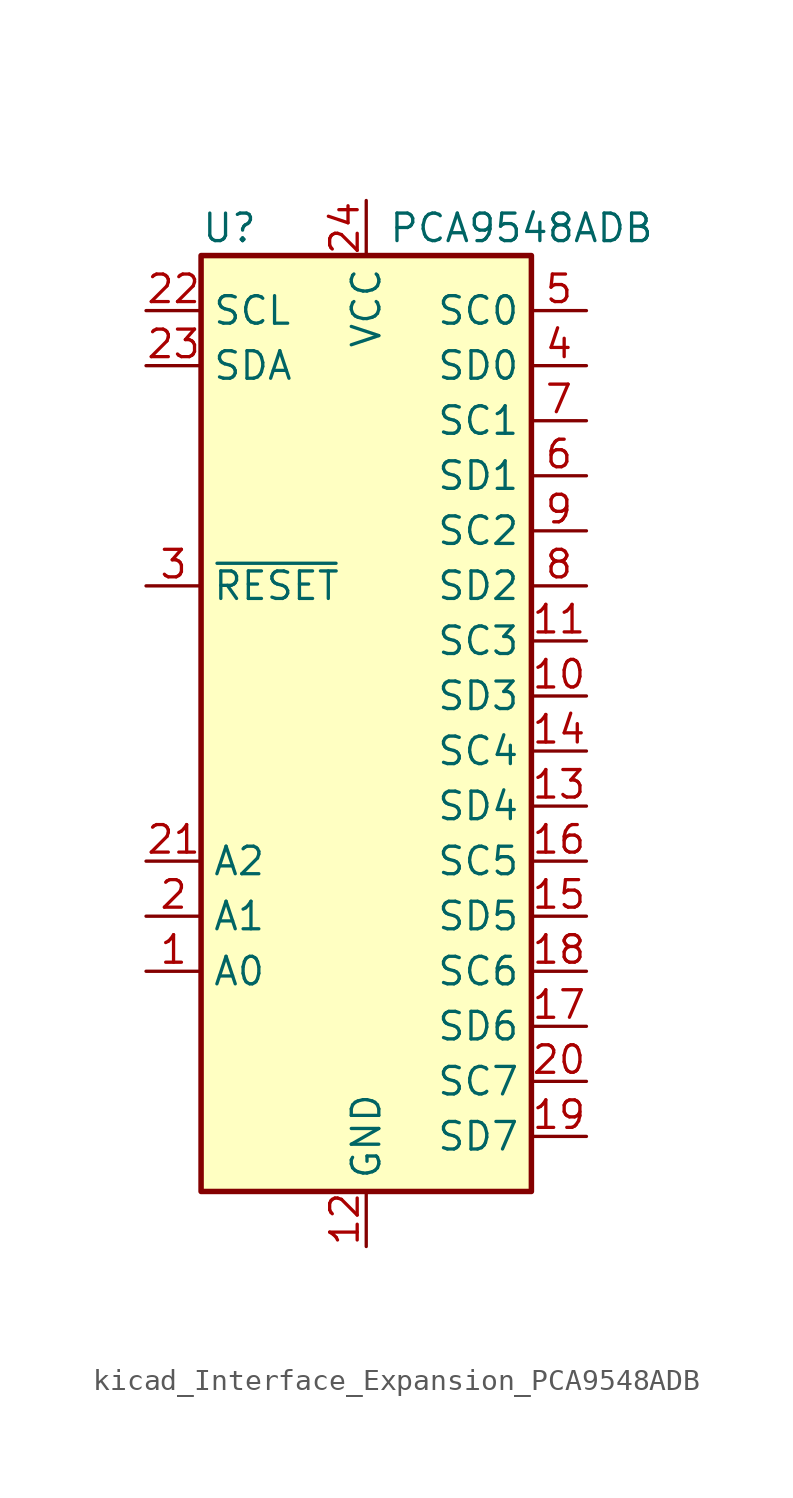
<source format=kicad_sym>
(kicad_symbol_lib
  (version 20220914)
  (generator kicad_symbol_editor)
  (symbol "kicad_Interface_Expansion_PCA9548ADB"
    (property "Reference" "U"
      (at -7.62 21.59 0)
      (effects (font (size 1.27 1.27)) (justify left)))
    (property "Value" "PCA9548ADB"
      (at 1.016 21.59 0)
      (effects (font (size 1.27 1.27)) (justify left)))
    (symbol "kicad_Interface_Expansion_PCA9548ADB_0_1"
      (rectangle (start -7.62 20.32) (end 7.62 -22.86) (stroke (width 0.254) (type default)) (fill (type background))))
    (symbol "kicad_Interface_Expansion_PCA9548ADB_1_1"
      (pin input line (at -10.16 -12.7 0) (length 2.54) (name "A0" (effects (font (size 1.27 1.27)))) (number "1" (effects (font (size 1.27 1.27)))))
      (pin bidirectional line (at 10.16 0 180) (length 2.54) (name "SD3" (effects (font (size 1.27 1.27)))) (number "10" (effects (font (size 1.27 1.27)))))
      (pin output line (at 10.16 2.54 180) (length 2.54) (name "SC3" (effects (font (size 1.27 1.27)))) (number "11" (effects (font (size 1.27 1.27)))))
      (pin power_in line (at 0 -25.4 90) (length 2.54) (name "GND" (effects (font (size 1.27 1.27)))) (number "12" (effects (font (size 1.27 1.27)))))
      (pin bidirectional line (at 10.16 -5.08 180) (length 2.54) (name "SD4" (effects (font (size 1.27 1.27)))) (number "13" (effects (font (size 1.27 1.27)))))
      (pin output line (at 10.16 -2.54 180) (length 2.54) (name "SC4" (effects (font (size 1.27 1.27)))) (number "14" (effects (font (size 1.27 1.27)))))
      (pin bidirectional line (at 10.16 -10.16 180) (length 2.54) (name "SD5" (effects (font (size 1.27 1.27)))) (number "15" (effects (font (size 1.27 1.27)))))
      (pin output line (at 10.16 -7.62 180) (length 2.54) (name "SC5" (effects (font (size 1.27 1.27)))) (number "16" (effects (font (size 1.27 1.27)))))
      (pin bidirectional line (at 10.16 -15.24 180) (length 2.54) (name "SD6" (effects (font (size 1.27 1.27)))) (number "17" (effects (font (size 1.27 1.27)))))
      (pin output line (at 10.16 -12.7 180) (length 2.54) (name "SC6" (effects (font (size 1.27 1.27)))) (number "18" (effects (font (size 1.27 1.27)))))
      (pin bidirectional line (at 10.16 -20.32 180) (length 2.54) (name "SD7" (effects (font (size 1.27 1.27)))) (number "19" (effects (font (size 1.27 1.27)))))
      (pin input line (at -10.16 -10.16 0) (length 2.54) (name "A1" (effects (font (size 1.27 1.27)))) (number "2" (effects (font (size 1.27 1.27)))))
      (pin output line (at 10.16 -17.78 180) (length 2.54) (name "SC7" (effects (font (size 1.27 1.27)))) (number "20" (effects (font (size 1.27 1.27)))))
      (pin input line (at -10.16 -7.62 0) (length 2.54) (name "A2" (effects (font (size 1.27 1.27)))) (number "21" (effects (font (size 1.27 1.27)))))
      (pin input line (at -10.16 17.78 0) (length 2.54) (name "SCL" (effects (font (size 1.27 1.27)))) (number "22" (effects (font (size 1.27 1.27)))))
      (pin bidirectional line (at -10.16 15.24 0) (length 2.54) (name "SDA" (effects (font (size 1.27 1.27)))) (number "23" (effects (font (size 1.27 1.27)))))
      (pin power_in line (at 0 22.86 270) (length 2.54) (name "VCC" (effects (font (size 1.27 1.27)))) (number "24" (effects (font (size 1.27 1.27)))))
      (pin input line (at -10.16 5.08 0) (length 2.54) (name "~{RESET}" (effects (font (size 1.27 1.27)))) (number "3" (effects (font (size 1.27 1.27)))))
      (pin bidirectional line (at 10.16 15.24 180) (length 2.54) (name "SD0" (effects (font (size 1.27 1.27)))) (number "4" (effects (font (size 1.27 1.27)))))
      (pin output line (at 10.16 17.78 180) (length 2.54) (name "SC0" (effects (font (size 1.27 1.27)))) (number "5" (effects (font (size 1.27 1.27)))))
      (pin bidirectional line (at 10.16 10.16 180) (length 2.54) (name "SD1" (effects (font (size 1.27 1.27)))) (number "6" (effects (font (size 1.27 1.27)))))
      (pin output line (at 10.16 12.7 180) (length 2.54) (name "SC1" (effects (font (size 1.27 1.27)))) (number "7" (effects (font (size 1.27 1.27)))))
      (pin bidirectional line (at 10.16 5.08 180) (length 2.54) (name "SD2" (effects (font (size 1.27 1.27)))) (number "8" (effects (font (size 1.27 1.27)))))
      (pin output line (at 10.16 7.62 180) (length 2.54) (name "SC2" (effects (font (size 1.27 1.27)))) (number "9" (effects (font (size 1.27 1.27))))))))
</source>
